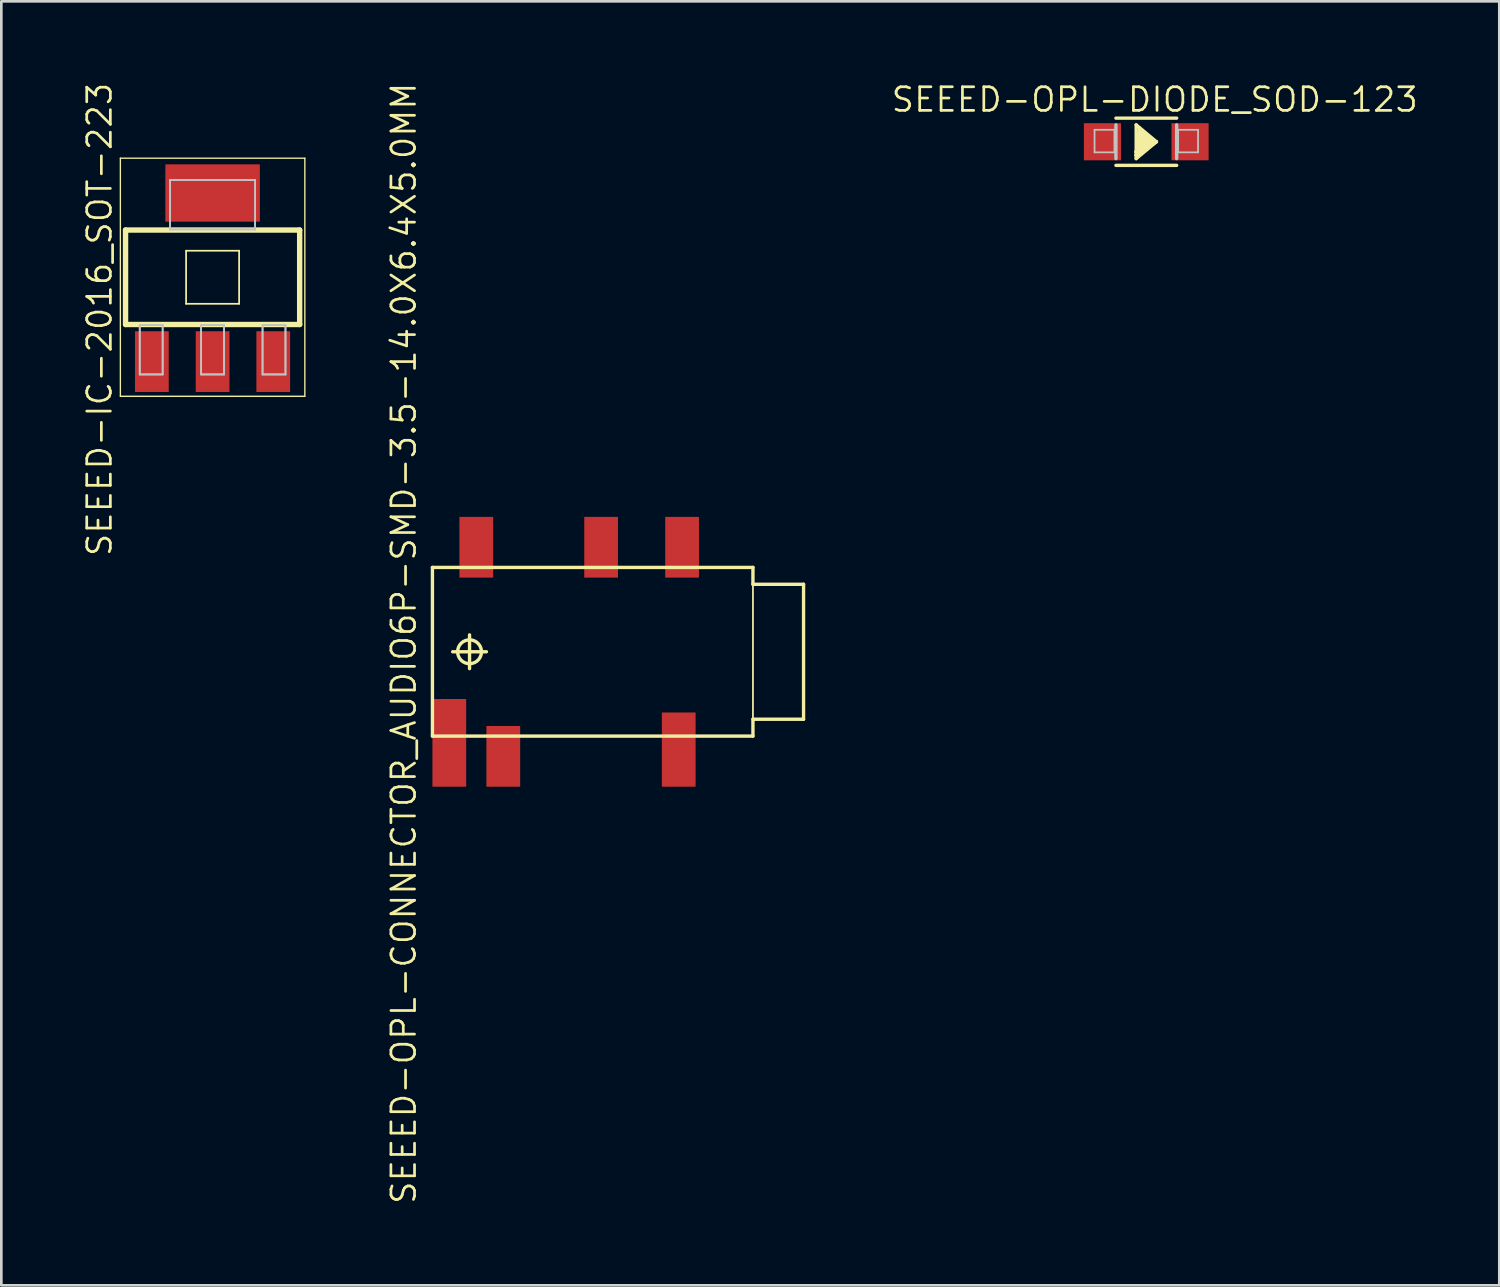
<source format=kicad_pcb>
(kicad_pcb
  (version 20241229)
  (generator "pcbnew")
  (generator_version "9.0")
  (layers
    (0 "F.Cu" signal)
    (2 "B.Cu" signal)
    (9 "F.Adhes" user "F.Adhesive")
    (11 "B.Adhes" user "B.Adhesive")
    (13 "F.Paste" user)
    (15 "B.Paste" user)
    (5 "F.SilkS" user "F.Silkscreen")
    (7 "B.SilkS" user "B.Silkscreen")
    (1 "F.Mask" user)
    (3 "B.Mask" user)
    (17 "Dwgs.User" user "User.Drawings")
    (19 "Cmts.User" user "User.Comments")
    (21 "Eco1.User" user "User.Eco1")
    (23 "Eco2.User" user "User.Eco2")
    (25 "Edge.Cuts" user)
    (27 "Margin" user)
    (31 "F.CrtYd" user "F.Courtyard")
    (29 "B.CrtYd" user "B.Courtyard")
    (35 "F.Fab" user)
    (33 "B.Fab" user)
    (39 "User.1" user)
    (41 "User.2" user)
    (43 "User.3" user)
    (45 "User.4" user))
  (footprint "SEEED-OPL-DIODE_SOD-123"
    (layer "F.Cu")
    (at 40.1 2.286)
    (property "Reference" "SEEED-OPL-DIODE_SOD-123" (at 0.318 -1.587 0) (layer "F.SilkS") (effects (font (size 0.889 0.889) (thickness 0.102))))
    (attr smd)
    (fp_line (start -1.143 -0.889) (end 1.143 -0.889) (stroke (width 0.127) (type solid)) (layer "F.SilkS"))
    (fp_line (start -0.381 -0.635) (end 0.381 0) (stroke (width 0.127) (type solid)) (layer "F.SilkS"))
    (fp_line (start -0.381 0.381) (end -0.381 -0.635) (stroke (width 0.127) (type solid)) (layer "F.SilkS"))
    (fp_line (start -0.381 0.381) (end -0.254 -0.381) (stroke (width 0.127) (type solid)) (layer "F.SilkS"))
    (fp_line (start -0.381 0.508) (end -0.381 0.381) (stroke (width 0.127) (type solid)) (layer "F.SilkS"))
    (fp_line (start -0.381 0.508) (end -0.254 -0.508) (stroke (width 0.127) (type solid)) (layer "F.SilkS"))
    (fp_line (start -0.381 0.635) (end -0.381 0.508) (stroke (width 0.127) (type solid)) (layer "F.SilkS"))
    (fp_line (start -0.254 -0.508) (end 0.254 0) (stroke (width 0.127) (type solid)) (layer "F.SilkS"))
    (fp_line (start -0.254 -0.381) (end 0.127 0) (stroke (width 0.127) (type solid)) (layer "F.SilkS"))
    (fp_line (start -0.254 -0.254) (end -0.127 -0.127) (stroke (width 0.127) (type solid)) (layer "F.SilkS"))
    (fp_line (start -0.254 0.127) (end -0.254 -0.254) (stroke (width 0.127) (type solid)) (layer "F.SilkS"))
    (fp_line (start -0.254 0.127) (end -0.127 -0.127) (stroke (width 0.127) (type solid)) (layer "F.SilkS"))
    (fp_line (start -0.254 0.254) (end -0.254 0.127) (stroke (width 0.127) (type solid)) (layer "F.SilkS"))
    (fp_line (start -0.127 -0.127) (end -0.127 0) (stroke (width 0.127) (type solid)) (layer "F.SilkS"))
    (fp_line (start -0.127 -0.127) (end 0 0) (stroke (width 0.127) (type solid)) (layer "F.SilkS"))
    (fp_line (start 0 0) (end -0.254 0.127) (stroke (width 0.127) (type solid)) (layer "F.SilkS"))
    (fp_line (start 0.127 0) (end -0.254 0.254) (stroke (width 0.127) (type solid)) (layer "F.SilkS"))
    (fp_line (start 0.254 0) (end -0.381 0.381) (stroke (width 0.127) (type solid)) (layer "F.SilkS"))
    (fp_line (start 0.381 0) (end -0.381 0.508) (stroke (width 0.127) (type solid)) (layer "F.SilkS"))
    (fp_line (start 0.381 0) (end -0.381 0.635) (stroke (width 0.127) (type solid)) (layer "F.SilkS"))
    (fp_line (start 1.143 0.889) (end -1.143 0.889) (stroke (width 0.127) (type solid)) (layer "F.SilkS"))
    (fp_line (start -1.948 -0.45) (end -1.199 -0.45) (stroke (width 0.066) (type solid)) (layer "Dwgs.User"))
    (fp_line (start -1.948 0.399) (end -1.948 -0.45) (stroke (width 0.066) (type solid)) (layer "Dwgs.User"))
    (fp_line (start -1.948 0.399) (end -1.199 0.399) (stroke (width 0.066) (type solid)) (layer "Dwgs.User"))
    (fp_line (start -1.199 0.399) (end -1.199 -0.45) (stroke (width 0.066) (type solid)) (layer "Dwgs.User"))
    (fp_line (start -1.143 0.635) (end -1.143 -0.635) (stroke (width 0.127) (type solid)) (layer "Dwgs.User"))
    (fp_line (start 1.143 -0.635) (end 1.143 0.635) (stroke (width 0.127) (type solid)) (layer "Dwgs.User"))
    (fp_line (start 1.199 -0.45) (end 1.948 -0.45) (stroke (width 0.066) (type solid)) (layer "Dwgs.User"))
    (fp_line (start 1.199 0.399) (end 1.199 -0.45) (stroke (width 0.066) (type solid)) (layer "Dwgs.User"))
    (fp_line (start 1.199 0.399) (end 1.948 0.399) (stroke (width 0.066) (type solid)) (layer "Dwgs.User"))
    (fp_line (start 1.948 0.399) (end 1.948 -0.45) (stroke (width 0.066) (type solid)) (layer "Dwgs.User"))
    (pad "+" smd rect (at -1.651 0 180) (size 1.397 1.397) (layers "F.Cu" "F.Mask" "F.Paste"))
    (pad "-" smd rect (at 1.648 0 180) (size 1.397 1.397) (layers "F.Cu" "F.Mask" "F.Paste")))
  (footprint "SEEED-OPL-CONNECTOR_AUDIO6P-SMD-3.5-14.0X6.4X5.0MM"
    (layer "F.Cu")
    (at 27.198 21.484)
    (property "Reference" "SEEED-OPL-CONNECTOR_AUDIO6P-SMD-3.5-14.0X6.4X5.0MM" (at -15.05 -0.318 90) (layer "F.SilkS") (effects (font (size 0.889 0.889) (thickness 0.102))))
    (attr smd)
    (fp_line (start -13.97 -3.175) (end -13.97 3.175) (stroke (width 0.127) (type solid)) (layer "F.SilkS"))
    (fp_line (start -13.97 -3.175) (end -1.905 -3.175) (stroke (width 0.066) (type solid)) (layer "F.SilkS"))
    (fp_line (start -13.97 3.175) (end -13.97 -3.175) (stroke (width 0.066) (type solid)) (layer "F.SilkS"))
    (fp_line (start -13.97 3.175) (end -1.905 3.175) (stroke (width 0.066) (type solid)) (layer "F.SilkS"))
    (fp_line (start -13.97 3.175) (end -1.905 3.175) (stroke (width 0.127) (type solid)) (layer "F.SilkS"))
    (fp_line (start -13.208 0) (end -11.938 0) (stroke (width 0.127) (type solid)) (layer "F.SilkS"))
    (fp_line (start -12.573 0.635) (end -12.573 -0.635) (stroke (width 0.127) (type solid)) (layer "F.SilkS"))
    (fp_line (start -1.905 -3.175) (end -13.97 -3.175) (stroke (width 0.127) (type solid)) (layer "F.SilkS"))
    (fp_line (start -1.905 -2.54) (end -1.905 -3.175) (stroke (width 0.127) (type solid)) (layer "F.SilkS"))
    (fp_line (start -1.905 2.54) (end 0 2.54) (stroke (width 0.127) (type solid)) (layer "F.SilkS"))
    (fp_line (start -1.905 3.175) (end -1.905 -3.175) (stroke (width 0.066) (type solid)) (layer "F.SilkS"))
    (fp_line (start -1.905 3.175) (end -1.905 2.54) (stroke (width 0.127) (type solid)) (layer "F.SilkS"))
    (fp_line (start 0 -2.54) (end -1.905 -2.54) (stroke (width 0.127) (type solid)) (layer "F.SilkS"))
    (fp_line (start 0 2.54) (end 0 -2.54) (stroke (width 0.127) (type solid)) (layer "F.SilkS"))
    (fp_circle (center -12.573 0) (end -12.89 0.318) (stroke (width 0.127) (type solid)) (fill no) (layer "F.SilkS"))
    (pad "COM1" smd rect (at -4.572 -3.934 90) (size 2.286 1.27) (layers "F.Cu" "F.Mask" "F.Paste"))
    (pad "COM2" smd rect (at -4.699 3.683 90) (size 2.794 1.27) (layers "F.Cu" "F.Mask" "F.Paste"))
    (pad "L" smd rect (at -11.303 3.937 90) (size 2.286 1.27) (layers "F.Cu" "F.Mask" "F.Paste"))
    (pad "LS" smd rect (at -13.335 3.429 90) (size 3.302 1.27) (layers "F.Cu" "F.Mask" "F.Paste"))
    (pad "R" smd rect (at -7.62 -3.934 90) (size 2.286 1.27) (layers "F.Cu" "F.Mask" "F.Paste"))
    (pad "RS" smd rect (at -12.319 -3.934 90) (size 2.286 1.27) (layers "F.Cu" "F.Mask" "F.Paste")))
  (footprint "SEEED-IC-2016_SOT-223"
    (layer "F.Cu")
    (at 4.953 7.387)
    (property "Reference" "SEEED-IC-2016_SOT-223" (at -4.255 1.587 90) (layer "F.SilkS") (effects (font (size 0.889 0.889) (thickness 0.102))))
    (attr smd)
    (fp_line (start -3.472 -4.481) (end 3.472 -4.481) (stroke (width 0.051) (type solid)) (layer "F.SilkS"))
    (fp_line (start -3.472 4.481) (end -3.472 -4.481) (stroke (width 0.051) (type solid)) (layer "F.SilkS"))
    (fp_line (start -3.277 -1.778) (end 3.277 -1.778) (stroke (width 0.203) (type solid)) (layer "F.SilkS"))
    (fp_line (start -3.277 1.778) (end -3.277 -1.778) (stroke (width 0.203) (type solid)) (layer "F.SilkS"))
    (fp_line (start -0.998 -0.998) (end 0.998 -0.998) (stroke (width 0.066) (type solid)) (layer "F.SilkS"))
    (fp_line (start -0.998 0.998) (end -0.998 -0.998) (stroke (width 0.066) (type solid)) (layer "F.SilkS"))
    (fp_line (start -0.998 0.998) (end 0.998 0.998) (stroke (width 0.066) (type solid)) (layer "F.SilkS"))
    (fp_line (start 0.998 0.998) (end 0.998 -0.998) (stroke (width 0.066) (type solid)) (layer "F.SilkS"))
    (fp_line (start 3.277 -1.778) (end 3.277 1.778) (stroke (width 0.203) (type solid)) (layer "F.SilkS"))
    (fp_line (start 3.277 1.778) (end -3.277 1.778) (stroke (width 0.203) (type solid)) (layer "F.SilkS"))
    (fp_line (start 3.472 -4.481) (end 3.472 4.481) (stroke (width 0.051) (type solid)) (layer "F.SilkS"))
    (fp_line (start 3.472 4.481) (end -3.472 4.481) (stroke (width 0.051) (type solid)) (layer "F.SilkS"))
    (fp_line (start -2.743 1.801) (end -1.88 1.801) (stroke (width 0.066) (type solid)) (layer "Dwgs.User"))
    (fp_line (start -2.743 1.801) (end -1.88 1.801) (stroke (width 0.066) (type solid)) (layer "Dwgs.User"))
    (fp_line (start -2.743 3.658) (end -2.743 1.801) (stroke (width 0.066) (type solid)) (layer "Dwgs.User"))
    (fp_line (start -2.743 3.658) (end -2.743 1.801) (stroke (width 0.066) (type solid)) (layer "Dwgs.User"))
    (fp_line (start -2.743 3.658) (end -1.88 3.658) (stroke (width 0.066) (type solid)) (layer "Dwgs.User"))
    (fp_line (start -2.743 3.658) (end -1.88 3.658) (stroke (width 0.066) (type solid)) (layer "Dwgs.User"))
    (fp_line (start -1.88 3.658) (end -1.88 1.801) (stroke (width 0.066) (type solid)) (layer "Dwgs.User"))
    (fp_line (start -1.88 3.658) (end -1.88 1.801) (stroke (width 0.066) (type solid)) (layer "Dwgs.User"))
    (fp_line (start -1.6 -3.658) (end 1.6 -3.658) (stroke (width 0.066) (type solid)) (layer "Dwgs.User"))
    (fp_line (start -1.6 -3.658) (end 1.6 -3.658) (stroke (width 0.066) (type solid)) (layer "Dwgs.User"))
    (fp_line (start -1.6 -1.801) (end -1.6 -3.658) (stroke (width 0.066) (type solid)) (layer "Dwgs.User"))
    (fp_line (start -1.6 -1.801) (end -1.6 -3.658) (stroke (width 0.066) (type solid)) (layer "Dwgs.User"))
    (fp_line (start -1.6 -1.801) (end 1.6 -1.801) (stroke (width 0.066) (type solid)) (layer "Dwgs.User"))
    (fp_line (start -1.6 -1.801) (end 1.6 -1.801) (stroke (width 0.066) (type solid)) (layer "Dwgs.User"))
    (fp_line (start -0.432 1.801) (end 0.432 1.801) (stroke (width 0.066) (type solid)) (layer "Dwgs.User"))
    (fp_line (start -0.432 1.801) (end 0.432 1.801) (stroke (width 0.066) (type solid)) (layer "Dwgs.User"))
    (fp_line (start -0.432 3.658) (end -0.432 1.801) (stroke (width 0.066) (type solid)) (layer "Dwgs.User"))
    (fp_line (start -0.432 3.658) (end -0.432 1.801) (stroke (width 0.066) (type solid)) (layer "Dwgs.User"))
    (fp_line (start -0.432 3.658) (end 0.432 3.658) (stroke (width 0.066) (type solid)) (layer "Dwgs.User"))
    (fp_line (start -0.432 3.658) (end 0.432 3.658) (stroke (width 0.066) (type solid)) (layer "Dwgs.User"))
    (fp_line (start 0.432 3.658) (end 0.432 1.801) (stroke (width 0.066) (type solid)) (layer "Dwgs.User"))
    (fp_line (start 0.432 3.658) (end 0.432 1.801) (stroke (width 0.066) (type solid)) (layer "Dwgs.User"))
    (fp_line (start 1.6 -1.801) (end 1.6 -3.658) (stroke (width 0.066) (type solid)) (layer "Dwgs.User"))
    (fp_line (start 1.6 -1.801) (end 1.6 -3.658) (stroke (width 0.066) (type solid)) (layer "Dwgs.User"))
    (fp_line (start 1.88 1.801) (end 2.743 1.801) (stroke (width 0.066) (type solid)) (layer "Dwgs.User"))
    (fp_line (start 1.88 1.801) (end 2.743 1.801) (stroke (width 0.066) (type solid)) (layer "Dwgs.User"))
    (fp_line (start 1.88 3.658) (end 1.88 1.801) (stroke (width 0.066) (type solid)) (layer "Dwgs.User"))
    (fp_line (start 1.88 3.658) (end 1.88 1.801) (stroke (width 0.066) (type solid)) (layer "Dwgs.User"))
    (fp_line (start 1.88 3.658) (end 2.743 3.658) (stroke (width 0.066) (type solid)) (layer "Dwgs.User"))
    (fp_line (start 1.88 3.658) (end 2.743 3.658) (stroke (width 0.066) (type solid)) (layer "Dwgs.User"))
    (fp_line (start 2.743 3.658) (end 2.743 1.801) (stroke (width 0.066) (type solid)) (layer "Dwgs.User"))
    (fp_line (start 2.743 3.658) (end 2.743 1.801) (stroke (width 0.066) (type solid)) (layer "Dwgs.User"))
    (pad "1" smd rect (at -2.286 3.175) (size 1.27 2.286) (layers "F.Cu" "F.Mask" "F.Paste"))
    (pad "2" smd rect (at 0 3.175) (size 1.27 2.286) (layers "F.Cu" "F.Mask" "F.Paste"))
    (pad "3" smd rect (at 2.283 3.175) (size 1.27 2.286) (layers "F.Cu" "F.Mask" "F.Paste"))
    (pad "TER" smd rect (at 0 -3.172) (size 3.556 2.159) (layers "F.Cu" "F.Mask" "F.Paste")))
  (gr_rect
    (start -3 -3)
    (end 53.387 45.333)
    (stroke (width 0.1) (type default))
    (fill no)
    (layer "Edge.Cuts")))
</source>
